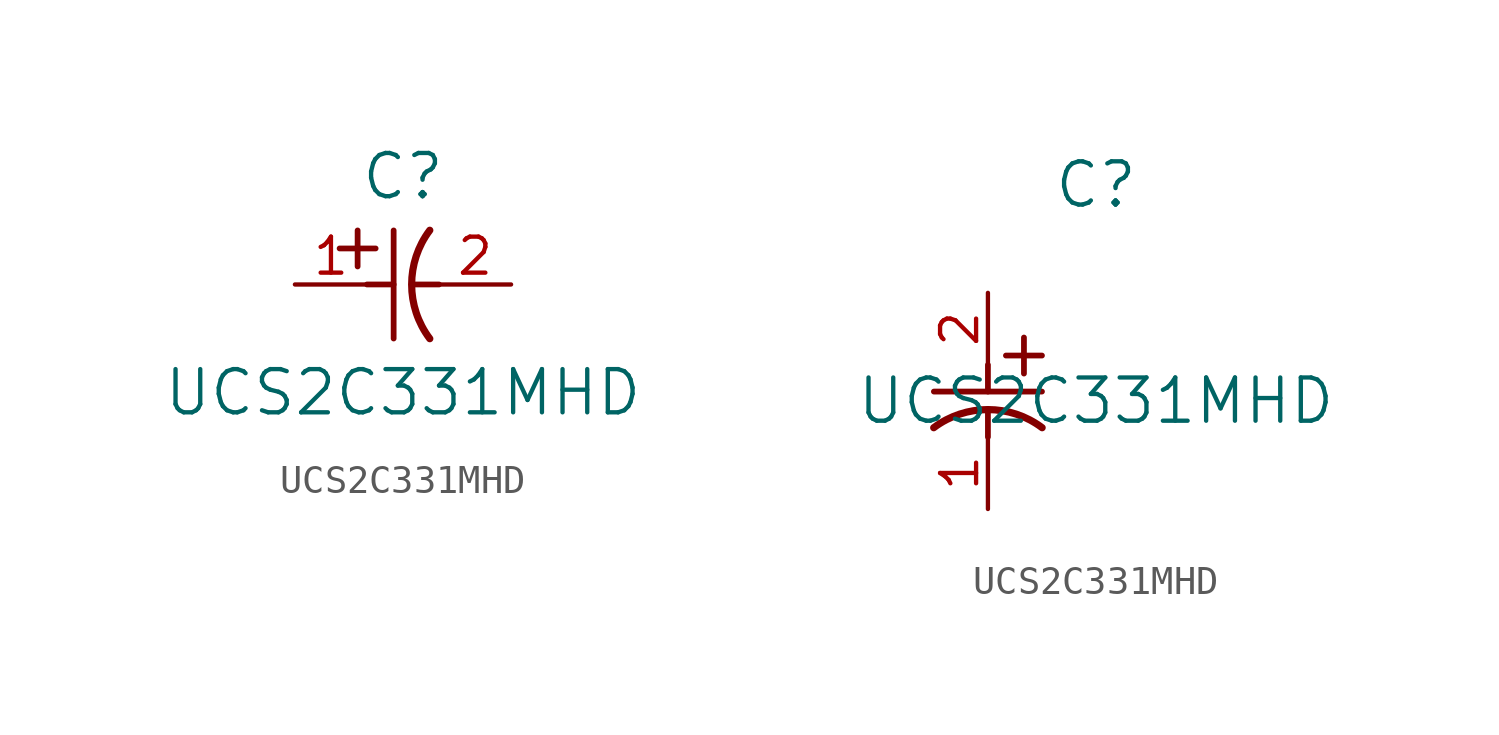
<source format=kicad_sym>
(kicad_symbol_lib
  (version 20211014)
  (generator kicad_symbol_editor)
  (symbol "UCS2C331MHD"
    (pin_names
      (offset 0.254))
    (property "Reference" "C"
      (at 3.81 3.81 0)
      (effects (font (size 1.524 1.524))))
    (property "Value" "UCS2C331MHD"
      (at 3.81 -3.81 0)
      (effects (font (size 1.524 1.524))))
    (symbol "UCS2C331MHD_1_1"
      (polyline (pts (xy 2.21 0.635) (xy 2.21 1.905)) (stroke (width 0.203) (type default) (color 0 0 0 0)) (fill (type none)))
      (arc (start 4.754132 1.910763) (mid 4.1148 0) (end 4.754132 -1.910763) (stroke (width 0.254) (type default) (color 0 0 0 0)) (fill (type none)))
      (polyline (pts (xy 4.115 0) (xy 5.08 0)) (stroke (width 0.203) (type default) (color 0 0 0 0)) (fill (type none)))
      (polyline (pts (xy 3.48 -1.905) (xy 3.48 1.905)) (stroke (width 0.203) (type default) (color 0 0 0 0)) (fill (type none)))
      (polyline (pts (xy 1.575 1.27) (xy 2.845 1.27)) (stroke (width 0.203) (type default) (color 0 0 0 0)) (fill (type none)))
      (polyline (pts (xy 2.54 0) (xy 3.48 0)) (stroke (width 0.203) (type default) (color 0 0 0 0)) (fill (type none)))
      (pin unspecified line (at 0 0 0) (length 2.54) (name "" (effects (font (size 1.27 1.27)))) (number "1" (effects (font (size 1.27 1.27)))))
      (pin unspecified line (at 7.62 0 180) (length 2.54) (name "" (effects (font (size 1.27 1.27)))) (number "2" (effects (font (size 1.27 1.27))))))
    (symbol "UCS2C331MHD_1_2"
      (polyline (pts (xy 0 -2.54) (xy 0 -3.48)) (stroke (width 0.203) (type default) (color 0 0 0 0)) (fill (type none)))
      (arc (start 1.910763 -4.754132) (mid 0 -4.1148) (end -1.910763 -4.754132) (stroke (width 0.254) (type default) (color 0 0 0 0)) (fill (type none)))
      (polyline (pts (xy -1.905 -3.48) (xy 1.905 -3.48)) (stroke (width 0.203) (type default) (color 0 0 0 0)) (fill (type none)))
      (polyline (pts (xy 0.635 -2.21) (xy 1.905 -2.21)) (stroke (width 0.203) (type default) (color 0 0 0 0)) (fill (type none)))
      (polyline (pts (xy 1.27 -1.575) (xy 1.27 -2.845)) (stroke (width 0.203) (type default) (color 0 0 0 0)) (fill (type none)))
      (polyline (pts (xy 0 -4.115) (xy 0 -5.08)) (stroke (width 0.203) (type default) (color 0 0 0 0)) (fill (type none)))
      (pin unspecified line (at 0 -7.62 90) (length 2.54) (name "" (effects (font (size 1.27 1.27)))) (number "1" (effects (font (size 1.27 1.27)))))
      (pin unspecified line (at 0 0 270) (length 2.54) (name "" (effects (font (size 1.27 1.27)))) (number "2" (effects (font (size 1.27 1.27))))))))
</source>
